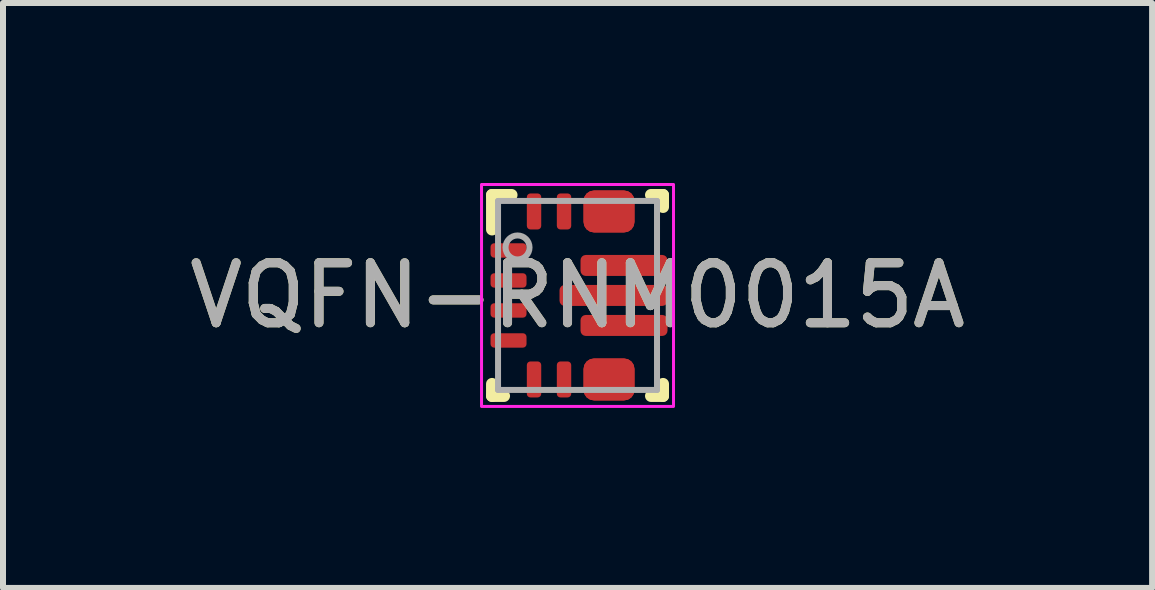
<source format=kicad_pcb>
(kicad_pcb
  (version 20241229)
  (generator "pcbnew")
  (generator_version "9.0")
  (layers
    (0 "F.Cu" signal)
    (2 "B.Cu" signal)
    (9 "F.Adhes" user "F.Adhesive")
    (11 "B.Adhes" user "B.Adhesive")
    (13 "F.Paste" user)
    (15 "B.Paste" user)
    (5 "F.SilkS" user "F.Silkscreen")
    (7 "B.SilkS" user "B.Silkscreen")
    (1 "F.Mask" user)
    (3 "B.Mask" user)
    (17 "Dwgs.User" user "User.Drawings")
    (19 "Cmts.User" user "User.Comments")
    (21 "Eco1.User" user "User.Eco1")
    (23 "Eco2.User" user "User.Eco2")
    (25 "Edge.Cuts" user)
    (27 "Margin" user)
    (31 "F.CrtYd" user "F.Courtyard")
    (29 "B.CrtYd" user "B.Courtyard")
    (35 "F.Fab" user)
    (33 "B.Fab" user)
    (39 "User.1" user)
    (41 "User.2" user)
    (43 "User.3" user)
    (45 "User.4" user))
  (footprint "VQFN-RNM0015A"
    (layer "F.Cu")
    (at 6.577 1.875)
    (property "Reference" "VQFN-RNM0015A" (at 0 0 0) (unlocked yes) (layer "F.SilkS") (effects (font (size 1 1) (thickness 0.15))))
    (attr smd)
    (fp_poly (pts (xy 0.15 -1.15) (xy 0.15 -1.3) (xy 0.151 -1.31) (xy 0.154 -1.319) (xy 0.158 -1.328) (xy 0.165 -1.335) (xy 0.172 -1.342) (xy 0.181 -1.346) (xy 0.19 -1.349) (xy 0.2 -1.35) (xy 0.85 -1.35) (xy 0.86 -1.349) (xy 0.869 -1.346) (xy 0.878 -1.342) (xy 0.885 -1.335) (xy 0.892 -1.328) (xy 0.896 -1.319) (xy 0.899 -1.31) (xy 0.9 -1.3) (xy 0.9 -1.15) (xy 0.899 -1.14) (xy 0.896 -1.131) (xy 0.892 -1.122) (xy 0.885 -1.115) (xy 0.878 -1.108) (xy 0.869 -1.104) (xy 0.86 -1.101) (xy 0.85 -1.1) (xy 0.2 -1.1) (xy 0.19 -1.101) (xy 0.181 -1.104) (xy 0.172 -1.108) (xy 0.165 -1.115) (xy 0.158 -1.122) (xy 0.154 -1.131) (xy 0.151 -1.14)) (stroke (width 0) (type solid)) (fill yes) (layer "F.Mask"))
    (fp_poly (pts (xy 0.15 1.3) (xy 0.15 1.15) (xy 0.151 1.14) (xy 0.154 1.131) (xy 0.158 1.122) (xy 0.165 1.115) (xy 0.172 1.108) (xy 0.181 1.104) (xy 0.19 1.101) (xy 0.2 1.1) (xy 0.85 1.1) (xy 0.86 1.101) (xy 0.869 1.104) (xy 0.878 1.108) (xy 0.885 1.115) (xy 0.892 1.122) (xy 0.896 1.131) (xy 0.899 1.14) (xy 0.9 1.15) (xy 0.9 1.3) (xy 0.899 1.31) (xy 0.896 1.319) (xy 0.892 1.328) (xy 0.885 1.335) (xy 0.878 1.342) (xy 0.869 1.346) (xy 0.86 1.349) (xy 0.85 1.35) (xy 0.2 1.35) (xy 0.19 1.349) (xy 0.181 1.346) (xy 0.172 1.342) (xy 0.165 1.335) (xy 0.158 1.328) (xy 0.154 1.319) (xy 0.151 1.31)) (stroke (width 0) (type solid)) (fill yes) (layer "F.Mask"))
    (fp_poly (pts (xy 0.2 1.1) (xy 0.35 1.1) (xy 0.36 1.101) (xy 0.369 1.104) (xy 0.378 1.108) (xy 0.385 1.115) (xy 0.392 1.122) (xy 0.396 1.131) (xy 0.399 1.14) (xy 0.4 1.15) (xy 0.4 1.65) (xy 0.399 1.66) (xy 0.396 1.669) (xy 0.392 1.678) (xy 0.385 1.685) (xy 0.378 1.692) (xy 0.369 1.696) (xy 0.36 1.699) (xy 0.35 1.7) (xy 0.2 1.7) (xy 0.19 1.699) (xy 0.181 1.696) (xy 0.172 1.692) (xy 0.165 1.685) (xy 0.158 1.678) (xy 0.154 1.669) (xy 0.151 1.66) (xy 0.15 1.65) (xy 0.15 1.15) (xy 0.151 1.14) (xy 0.154 1.131) (xy 0.158 1.122) (xy 0.165 1.115) (xy 0.172 1.108) (xy 0.181 1.104) (xy 0.19 1.101)) (stroke (width 0) (type solid)) (fill yes) (layer "F.Mask"))
    (fp_poly (pts (xy 0.35 -1.1) (xy 0.2 -1.1) (xy 0.19 -1.101) (xy 0.181 -1.104) (xy 0.172 -1.108) (xy 0.165 -1.115) (xy 0.158 -1.122) (xy 0.154 -1.131) (xy 0.151 -1.14) (xy 0.15 -1.15) (xy 0.15 -1.65) (xy 0.151 -1.66) (xy 0.154 -1.669) (xy 0.158 -1.678) (xy 0.165 -1.685) (xy 0.172 -1.692) (xy 0.181 -1.696) (xy 0.19 -1.699) (xy 0.2 -1.7) (xy 0.35 -1.7) (xy 0.36 -1.699) (xy 0.369 -1.696) (xy 0.378 -1.692) (xy 0.385 -1.685) (xy 0.392 -1.678) (xy 0.396 -1.669) (xy 0.399 -1.66) (xy 0.4 -1.65) (xy 0.4 -1.15) (xy 0.399 -1.14) (xy 0.396 -1.131) (xy 0.392 -1.122) (xy 0.385 -1.115) (xy 0.378 -1.108) (xy 0.369 -1.104) (xy 0.36 -1.101)) (stroke (width 0) (type solid)) (fill yes) (layer "F.Mask"))
    (fp_poly (pts (xy 0.7 1.1) (xy 0.85 1.1) (xy 0.86 1.101) (xy 0.869 1.104) (xy 0.878 1.108) (xy 0.885 1.115) (xy 0.892 1.122) (xy 0.896 1.131) (xy 0.899 1.14) (xy 0.9 1.15) (xy 0.9 1.65) (xy 0.899 1.66) (xy 0.896 1.669) (xy 0.892 1.678) (xy 0.885 1.685) (xy 0.878 1.692) (xy 0.869 1.696) (xy 0.86 1.699) (xy 0.85 1.7) (xy 0.7 1.7) (xy 0.69 1.699) (xy 0.681 1.696) (xy 0.672 1.692) (xy 0.665 1.685) (xy 0.658 1.678) (xy 0.654 1.669) (xy 0.651 1.66) (xy 0.65 1.65) (xy 0.65 1.15) (xy 0.651 1.14) (xy 0.654 1.131) (xy 0.658 1.122) (xy 0.665 1.115) (xy 0.672 1.108) (xy 0.681 1.104) (xy 0.69 1.101)) (stroke (width 0) (type solid)) (fill yes) (layer "F.Mask"))
    (fp_poly (pts (xy 0.85 -1.1) (xy 0.7 -1.1) (xy 0.69 -1.101) (xy 0.681 -1.104) (xy 0.672 -1.108) (xy 0.665 -1.115) (xy 0.658 -1.122) (xy 0.654 -1.131) (xy 0.651 -1.14) (xy 0.65 -1.15) (xy 0.65 -1.65) (xy 0.651 -1.66) (xy 0.654 -1.669) (xy 0.658 -1.678) (xy 0.665 -1.685) (xy 0.672 -1.692) (xy 0.681 -1.696) (xy 0.69 -1.699) (xy 0.7 -1.7) (xy 0.85 -1.7) (xy 0.86 -1.699) (xy 0.869 -1.696) (xy 0.878 -1.692) (xy 0.885 -1.685) (xy 0.892 -1.678) (xy 0.896 -1.669) (xy 0.899 -1.66) (xy 0.9 -1.65) (xy 0.9 -1.15) (xy 0.899 -1.14) (xy 0.896 -1.131) (xy 0.892 -1.122) (xy 0.885 -1.115) (xy 0.878 -1.108) (xy 0.869 -1.104) (xy 0.86 -1.101)) (stroke (width 0) (type solid)) (fill yes) (layer "F.Mask"))
    (fp_line (start -1.425 -1.675) (end -1.1 -1.675) (stroke (width 0.2) (type solid)) (layer "F.SilkS"))
    (fp_line (start -1.425 -1.1) (end -1.425 -1.675) (stroke (width 0.2) (type solid)) (layer "F.SilkS"))
    (fp_line (start -1.425 1.675) (end -1.425 1.475) (stroke (width 0.2) (type solid)) (layer "F.SilkS"))
    (fp_line (start -1.425 1.675) (end -1.225 1.675) (stroke (width 0.2) (type solid)) (layer "F.SilkS"))
    (fp_line (start 1.225 -1.675) (end 1.425 -1.675) (stroke (width 0.2) (type solid)) (layer "F.SilkS"))
    (fp_line (start 1.225 1.675) (end 1.425 1.675) (stroke (width 0.2) (type solid)) (layer "F.SilkS"))
    (fp_line (start 1.425 -1.475) (end 1.425 -1.675) (stroke (width 0.2) (type solid)) (layer "F.SilkS"))
    (fp_line (start 1.425 1.675) (end 1.425 1.475) (stroke (width 0.2) (type solid)) (layer "F.SilkS"))
    (fp_poly (pts (xy -0.22 0.075) (xy -0.22 -0.075) (xy -0.219 -0.085) (xy -0.216 -0.094) (xy -0.212 -0.103) (xy -0.205 -0.11) (xy -0.198 -0.117) (xy -0.189 -0.121) (xy -0.18 -0.124) (xy -0.17 -0.125) (xy 0.45 -0.125) (xy 0.46 -0.124) (xy 0.469 -0.121) (xy 0.478 -0.117) (xy 0.485 -0.11) (xy 0.492 -0.103) (xy 0.496 -0.094) (xy 0.499 -0.085) (xy 0.5 -0.075) (xy 0.5 0.075) (xy 0.499 0.085) (xy 0.496 0.094) (xy 0.492 0.103) (xy 0.485 0.11) (xy 0.478 0.117) (xy 0.469 0.121) (xy 0.46 0.124) (xy 0.45 0.125) (xy -0.17 0.125) (xy -0.18 0.124) (xy -0.189 0.121) (xy -0.198 0.117) (xy -0.205 0.11) (xy -0.212 0.103) (xy -0.216 0.094) (xy -0.219 0.085)) (stroke (width 0) (type solid)) (fill yes) (layer "F.Paste"))
    (fp_poly (pts (xy 0.101 -0.425) (xy 0.101 -0.575) (xy 0.101 -0.585) (xy 0.104 -0.594) (xy 0.109 -0.603) (xy 0.115 -0.61) (xy 0.123 -0.617) (xy 0.131 -0.621) (xy 0.141 -0.624) (xy 0.15 -0.625) (xy 0.625 -0.625) (xy 0.635 -0.624) (xy 0.645 -0.621) (xy 0.653 -0.617) (xy 0.661 -0.61) (xy 0.667 -0.603) (xy 0.672 -0.594) (xy 0.675 -0.585) (xy 0.675 -0.575) (xy 0.675 -0.425) (xy 0.675 -0.415) (xy 0.672 -0.406) (xy 0.667 -0.397) (xy 0.661 -0.39) (xy 0.653 -0.383) (xy 0.645 -0.379) (xy 0.635 -0.376) (xy 0.625 -0.375) (xy 0.15 -0.375) (xy 0.141 -0.376) (xy 0.131 -0.379) (xy 0.123 -0.383) (xy 0.115 -0.39) (xy 0.109 -0.397) (xy 0.104 -0.406) (xy 0.101 -0.415)) (stroke (width 0) (type solid)) (fill yes) (layer "F.Paste"))
    (fp_poly (pts (xy 0.101 0.575) (xy 0.101 0.425) (xy 0.101 0.415) (xy 0.104 0.406) (xy 0.109 0.397) (xy 0.115 0.39) (xy 0.123 0.383) (xy 0.131 0.379) (xy 0.141 0.376) (xy 0.15 0.375) (xy 0.625 0.375) (xy 0.635 0.376) (xy 0.645 0.379) (xy 0.653 0.383) (xy 0.661 0.39) (xy 0.667 0.397) (xy 0.672 0.406) (xy 0.675 0.415) (xy 0.675 0.425) (xy 0.675 0.575) (xy 0.675 0.585) (xy 0.672 0.594) (xy 0.667 0.603) (xy 0.661 0.61) (xy 0.653 0.617) (xy 0.645 0.621) (xy 0.635 0.624) (xy 0.625 0.625) (xy 0.15 0.625) (xy 0.141 0.624) (xy 0.131 0.621) (xy 0.123 0.617) (xy 0.115 0.61) (xy 0.109 0.603) (xy 0.104 0.594) (xy 0.101 0.585)) (stroke (width 0) (type solid)) (fill yes) (layer "F.Paste"))
    (fp_poly (pts (xy 0.15 -1.15) (xy 0.15 -1.3) (xy 0.151 -1.31) (xy 0.154 -1.319) (xy 0.158 -1.328) (xy 0.165 -1.335) (xy 0.172 -1.342) (xy 0.181 -1.346) (xy 0.19 -1.349) (xy 0.2 -1.35) (xy 0.85 -1.35) (xy 0.86 -1.349) (xy 0.869 -1.346) (xy 0.878 -1.342) (xy 0.885 -1.335) (xy 0.892 -1.328) (xy 0.896 -1.319) (xy 0.899 -1.31) (xy 0.9 -1.3) (xy 0.9 -1.15) (xy 0.899 -1.14) (xy 0.896 -1.131) (xy 0.892 -1.122) (xy 0.885 -1.115) (xy 0.878 -1.108) (xy 0.869 -1.104) (xy 0.86 -1.101) (xy 0.85 -1.1) (xy 0.2 -1.1) (xy 0.19 -1.101) (xy 0.181 -1.104) (xy 0.172 -1.108) (xy 0.165 -1.115) (xy 0.158 -1.122) (xy 0.154 -1.131) (xy 0.151 -1.14)) (stroke (width 0) (type solid)) (fill yes) (layer "F.Paste"))
    (fp_poly (pts (xy 0.15 1.3) (xy 0.15 1.15) (xy 0.151 1.14) (xy 0.154 1.131) (xy 0.158 1.122) (xy 0.165 1.115) (xy 0.172 1.108) (xy 0.181 1.104) (xy 0.19 1.101) (xy 0.2 1.1) (xy 0.85 1.1) (xy 0.86 1.101) (xy 0.869 1.104) (xy 0.878 1.108) (xy 0.885 1.115) (xy 0.892 1.122) (xy 0.896 1.131) (xy 0.899 1.14) (xy 0.9 1.15) (xy 0.9 1.3) (xy 0.899 1.31) (xy 0.896 1.319) (xy 0.892 1.328) (xy 0.885 1.335) (xy 0.878 1.342) (xy 0.869 1.346) (xy 0.86 1.349) (xy 0.85 1.35) (xy 0.2 1.35) (xy 0.19 1.349) (xy 0.181 1.346) (xy 0.172 1.342) (xy 0.165 1.335) (xy 0.158 1.328) (xy 0.154 1.319) (xy 0.151 1.31)) (stroke (width 0) (type solid)) (fill yes) (layer "F.Paste"))
    (fp_poly (pts (xy 0.2 1.1) (xy 0.35 1.1) (xy 0.36 1.101) (xy 0.369 1.104) (xy 0.378 1.108) (xy 0.385 1.115) (xy 0.392 1.122) (xy 0.396 1.131) (xy 0.399 1.14) (xy 0.4 1.15) (xy 0.4 1.65) (xy 0.399 1.66) (xy 0.396 1.669) (xy 0.392 1.678) (xy 0.385 1.685) (xy 0.378 1.692) (xy 0.369 1.696) (xy 0.36 1.699) (xy 0.35 1.7) (xy 0.2 1.7) (xy 0.19 1.699) (xy 0.181 1.696) (xy 0.172 1.692) (xy 0.165 1.685) (xy 0.158 1.678) (xy 0.154 1.669) (xy 0.151 1.66) (xy 0.15 1.65) (xy 0.15 1.15) (xy 0.151 1.14) (xy 0.154 1.131) (xy 0.158 1.122) (xy 0.165 1.115) (xy 0.172 1.108) (xy 0.181 1.104) (xy 0.19 1.101)) (stroke (width 0) (type solid)) (fill yes) (layer "F.Paste"))
    (fp_poly (pts (xy 0.35 -1.1) (xy 0.2 -1.1) (xy 0.19 -1.101) (xy 0.181 -1.104) (xy 0.172 -1.108) (xy 0.165 -1.115) (xy 0.158 -1.122) (xy 0.154 -1.131) (xy 0.151 -1.14) (xy 0.15 -1.15) (xy 0.15 -1.65) (xy 0.151 -1.66) (xy 0.154 -1.669) (xy 0.158 -1.678) (xy 0.165 -1.685) (xy 0.172 -1.692) (xy 0.181 -1.696) (xy 0.19 -1.699) (xy 0.2 -1.7) (xy 0.35 -1.7) (xy 0.36 -1.699) (xy 0.369 -1.696) (xy 0.378 -1.692) (xy 0.385 -1.685) (xy 0.392 -1.678) (xy 0.396 -1.669) (xy 0.399 -1.66) (xy 0.4 -1.65) (xy 0.4 -1.15) (xy 0.399 -1.14) (xy 0.396 -1.131) (xy 0.392 -1.122) (xy 0.385 -1.115) (xy 0.378 -1.108) (xy 0.369 -1.104) (xy 0.36 -1.101)) (stroke (width 0) (type solid)) (fill yes) (layer "F.Paste"))
    (fp_poly (pts (xy 0.7 0.075) (xy 0.7 -0.075) (xy 0.701 -0.085) (xy 0.704 -0.094) (xy 0.708 -0.103) (xy 0.715 -0.11) (xy 0.722 -0.117) (xy 0.731 -0.121) (xy 0.74 -0.124) (xy 0.75 -0.125) (xy 1.37 -0.125) (xy 1.38 -0.124) (xy 1.389 -0.121) (xy 1.398 -0.117) (xy 1.405 -0.11) (xy 1.412 -0.103) (xy 1.416 -0.094) (xy 1.419 -0.085) (xy 1.42 -0.075) (xy 1.42 0.075) (xy 1.419 0.085) (xy 1.416 0.094) (xy 1.412 0.103) (xy 1.405 0.11) (xy 1.398 0.117) (xy 1.389 0.121) (xy 1.38 0.124) (xy 1.37 0.125) (xy 0.75 0.125) (xy 0.74 0.124) (xy 0.731 0.121) (xy 0.722 0.117) (xy 0.715 0.11) (xy 0.708 0.103) (xy 0.704 0.094) (xy 0.701 0.085)) (stroke (width 0) (type solid)) (fill yes) (layer "F.Paste"))
    (fp_poly (pts (xy 0.7 1.1) (xy 0.85 1.1) (xy 0.86 1.101) (xy 0.869 1.104) (xy 0.878 1.108) (xy 0.885 1.115) (xy 0.892 1.122) (xy 0.896 1.131) (xy 0.899 1.14) (xy 0.9 1.15) (xy 0.9 1.65) (xy 0.899 1.66) (xy 0.896 1.669) (xy 0.892 1.678) (xy 0.885 1.685) (xy 0.878 1.692) (xy 0.869 1.696) (xy 0.86 1.699) (xy 0.85 1.7) (xy 0.7 1.7) (xy 0.69 1.699) (xy 0.681 1.696) (xy 0.672 1.692) (xy 0.665 1.685) (xy 0.658 1.678) (xy 0.654 1.669) (xy 0.651 1.66) (xy 0.65 1.65) (xy 0.65 1.15) (xy 0.651 1.14) (xy 0.654 1.131) (xy 0.658 1.122) (xy 0.665 1.115) (xy 0.672 1.108) (xy 0.681 1.104) (xy 0.69 1.101)) (stroke (width 0) (type solid)) (fill yes) (layer "F.Paste"))
    (fp_poly (pts (xy 0.85 -1.1) (xy 0.7 -1.1) (xy 0.69 -1.101) (xy 0.681 -1.104) (xy 0.672 -1.108) (xy 0.665 -1.115) (xy 0.658 -1.122) (xy 0.654 -1.131) (xy 0.651 -1.14) (xy 0.65 -1.15) (xy 0.65 -1.65) (xy 0.651 -1.66) (xy 0.654 -1.669) (xy 0.658 -1.678) (xy 0.665 -1.685) (xy 0.672 -1.692) (xy 0.681 -1.696) (xy 0.69 -1.699) (xy 0.7 -1.7) (xy 0.85 -1.7) (xy 0.86 -1.699) (xy 0.869 -1.696) (xy 0.878 -1.692) (xy 0.885 -1.685) (xy 0.892 -1.678) (xy 0.896 -1.669) (xy 0.899 -1.66) (xy 0.9 -1.65) (xy 0.9 -1.15) (xy 0.899 -1.14) (xy 0.896 -1.131) (xy 0.892 -1.122) (xy 0.885 -1.115) (xy 0.878 -1.108) (xy 0.869 -1.104) (xy 0.86 -1.101)) (stroke (width 0) (type solid)) (fill yes) (layer "F.Paste"))
    (fp_poly (pts (xy 0.875 -0.425) (xy 0.875 -0.575) (xy 0.876 -0.585) (xy 0.879 -0.594) (xy 0.884 -0.603) (xy 0.89 -0.61) (xy 0.898 -0.617) (xy 0.906 -0.621) (xy 0.916 -0.624) (xy 0.925 -0.625) (xy 1.401 -0.625) (xy 1.41 -0.624) (xy 1.42 -0.621) (xy 1.428 -0.617) (xy 1.436 -0.61) (xy 1.442 -0.603) (xy 1.447 -0.594) (xy 1.45 -0.585) (xy 1.45 -0.575) (xy 1.45 -0.425) (xy 1.45 -0.415) (xy 1.447 -0.406) (xy 1.442 -0.397) (xy 1.436 -0.39) (xy 1.428 -0.383) (xy 1.42 -0.379) (xy 1.41 -0.376) (xy 1.401 -0.375) (xy 0.925 -0.375) (xy 0.916 -0.376) (xy 0.906 -0.379) (xy 0.898 -0.383) (xy 0.89 -0.39) (xy 0.884 -0.397) (xy 0.879 -0.406) (xy 0.876 -0.415)) (stroke (width 0) (type solid)) (fill yes) (layer "F.Paste"))
    (fp_poly (pts (xy 0.875 0.575) (xy 0.875 0.425) (xy 0.876 0.415) (xy 0.879 0.406) (xy 0.884 0.397) (xy 0.89 0.39) (xy 0.898 0.383) (xy 0.906 0.379) (xy 0.916 0.376) (xy 0.925 0.375) (xy 1.401 0.375) (xy 1.41 0.376) (xy 1.42 0.379) (xy 1.428 0.383) (xy 1.436 0.39) (xy 1.442 0.397) (xy 1.447 0.406) (xy 1.45 0.415) (xy 1.45 0.425) (xy 1.45 0.575) (xy 1.45 0.585) (xy 1.447 0.594) (xy 1.442 0.603) (xy 1.436 0.61) (xy 1.428 0.617) (xy 1.42 0.621) (xy 1.41 0.624) (xy 1.401 0.625) (xy 0.925 0.625) (xy 0.916 0.624) (xy 0.906 0.621) (xy 0.898 0.617) (xy 0.89 0.61) (xy 0.884 0.603) (xy 0.879 0.594) (xy 0.876 0.585)) (stroke (width 0) (type solid)) (fill yes) (layer "F.Paste"))
    (fp_rect (start -1.6 -1.85) (end 1.6 1.85) (stroke (width 0.05) (type default)) (fill no) (layer "F.CrtYd"))
    (fp_line (start -1.325 -1.575) (end 1.325 -1.575) (stroke (width 0.1) (type solid)) (layer "F.Fab"))
    (fp_line (start -1.325 1.575) (end -1.325 -1.575) (stroke (width 0.1) (type solid)) (layer "F.Fab"))
    (fp_line (start -1.325 1.575) (end 1.325 1.575) (stroke (width 0.1) (type solid)) (layer "F.Fab"))
    (fp_line (start 1.325 1.575) (end 1.325 -1.575) (stroke (width 0.1) (type solid)) (layer "F.Fab"))
    (fp_circle (center -1 -0.8) (end -0.8 -0.8) (stroke (width 0.1) (type solid)) (fill no) (layer "F.Fab"))
    (fp_text user "${REFERENCE}" (at 0 0 0) (unlocked yes) (layer "F.Fab") (effects (font (size 1 1) (thickness 0.15))))
    (pad "1" smd roundrect (at -1.15 -0.75 90) (size 0.24 0.6) (layers "F.Cu" "F.Mask" "F.Paste") (roundrect_rratio 0.25))
    (pad "2" smd roundrect (at -1.15 -0.25 90) (size 0.24 0.6) (layers "F.Cu" "F.Mask" "F.Paste") (roundrect_rratio 0.25))
    (pad "3" smd roundrect (at -1.15 0.25 90) (size 0.24 0.6) (layers "F.Cu" "F.Mask" "F.Paste") (roundrect_rratio 0.25))
    (pad "4" smd roundrect (at -1.15 0.75 90) (size 0.24 0.6) (layers "F.Cu" "F.Mask" "F.Paste") (roundrect_rratio 0.25))
    (pad "5" smd roundrect (at -0.725 1.4) (size 0.24 0.6) (layers "F.Cu" "F.Mask" "F.Paste") (roundrect_rratio 0.25))
    (pad "6" smd roundrect (at -0.225 1.4) (size 0.24 0.6) (layers "F.Cu" "F.Mask" "F.Paste") (roundrect_rratio 0.25))
    (pad "7" smd roundrect (at 0.525 1.4 90) (size 0.7 0.85) (layers "F.Cu") (roundrect_rratio 0.25))
    (pad "8" smd roundrect (at 0.525 1.4 90) (size 0.7 0.85) (layers "F.Cu") (roundrect_rratio 0.25))
    (pad "9" smd roundrect (at 0.775 0.5 90) (size 0.35 1.45) (layers "F.Cu" "F.Mask") (roundrect_rratio 0.25))
    (pad "10" smd roundrect (at 0.6 0 90) (size 0.35 1.8) (layers "F.Cu" "F.Mask") (roundrect_rratio 0.25))
    (pad "11" smd roundrect (at 0.775 -0.5 90) (size 0.35 1.45) (layers "F.Cu" "F.Mask") (roundrect_rratio 0.25))
    (pad "12" smd roundrect (at 0.525 -1.4 90) (size 0.7 0.85) (layers "F.Cu") (roundrect_rratio 0.25))
    (pad "13" smd roundrect (at 0.525 -1.4 90) (size 0.7 0.85) (layers "F.Cu") (roundrect_rratio 0.25))
    (pad "14" smd roundrect (at -0.225 -1.4) (size 0.24 0.6) (layers "F.Cu" "F.Mask" "F.Paste") (roundrect_rratio 0.25))
    (pad "15" smd roundrect (at -0.725 -1.4) (size 0.24 0.6) (layers "F.Cu" "F.Mask" "F.Paste") (roundrect_rratio 0.25)))
  (gr_rect
    (start -3 -3)
    (end 16.155 6.75)
    (stroke (width 0.1) (type default))
    (fill no)
    (layer "Edge.Cuts")))
</source>
